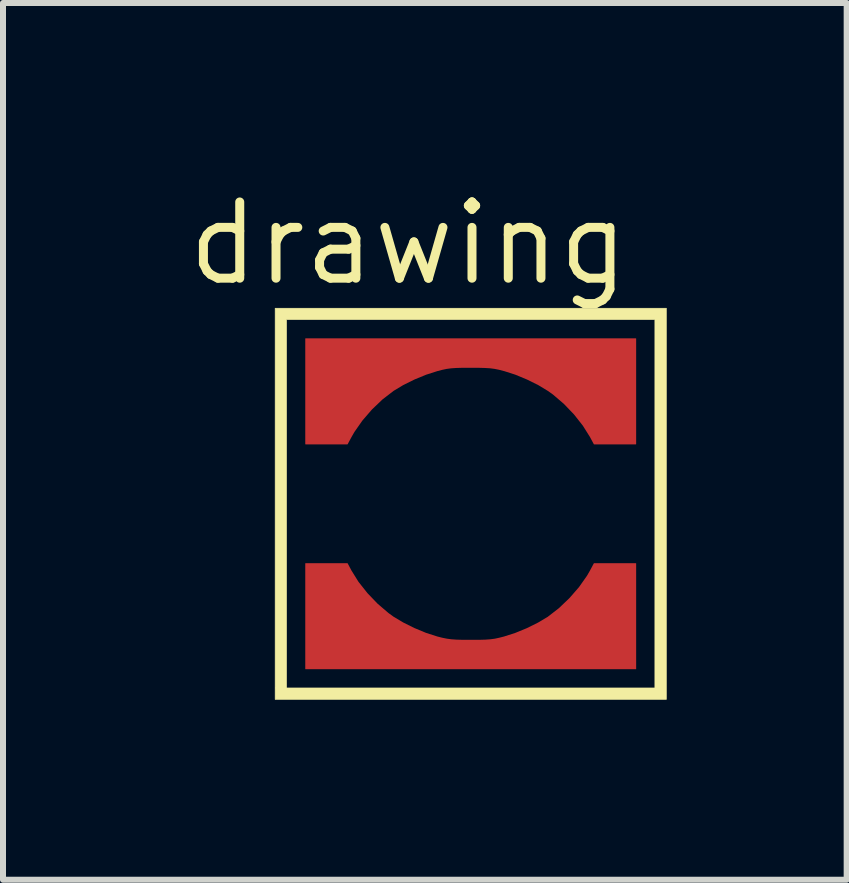
<source format=kicad_pcb>
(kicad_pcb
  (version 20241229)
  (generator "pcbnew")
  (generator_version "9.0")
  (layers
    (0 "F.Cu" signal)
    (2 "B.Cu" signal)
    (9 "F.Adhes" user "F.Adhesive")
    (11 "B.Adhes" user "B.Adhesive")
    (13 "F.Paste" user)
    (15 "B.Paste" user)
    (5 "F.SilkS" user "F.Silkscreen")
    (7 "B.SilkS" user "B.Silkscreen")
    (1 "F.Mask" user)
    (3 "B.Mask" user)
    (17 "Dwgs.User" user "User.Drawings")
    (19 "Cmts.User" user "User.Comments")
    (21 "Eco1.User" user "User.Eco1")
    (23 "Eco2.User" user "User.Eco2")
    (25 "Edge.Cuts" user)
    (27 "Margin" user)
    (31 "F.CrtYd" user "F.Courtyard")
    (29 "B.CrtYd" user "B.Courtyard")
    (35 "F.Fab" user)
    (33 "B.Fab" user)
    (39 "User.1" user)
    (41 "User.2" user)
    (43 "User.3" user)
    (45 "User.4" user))
  (footprint "drawing"
    (layer "F.Cu")
    (at 6.043 6.594)
    (property "Reference" "drawing" (at -2.286 -5.588 0) (layer "F.SilkS") (effects (font (size 1.27 1.27) (thickness 0.15))))
    (attr through_hole)
    (fp_poly (pts (xy 2.011 2.011) (xy -4.508 2.011) (xy -4.508 -4.318) (xy -4.318 -4.318) (xy -4.318 1.82) (xy 1.82 1.82) (xy 1.82 -4.318) (xy -4.318 -4.318) (xy -4.508 -4.318) (xy -4.508 -4.508) (xy 2.011 -4.508) (xy 2.011 2.011)) (stroke (width 0.01) (type solid)) (fill yes) (layer "F.SilkS"))
    (pad "1" smd custom (at -3.302 -3.302) (size 1 1) (layers "F.Cu" "F.Mask" "F.Paste") (options (anchor circle)) (primitives (gr_poly (pts (xy 4.805 1.058) (xy 4.109 1.058) (xy 4.044 0.937) (xy 3.926 0.749) (xy 3.778 0.561) (xy 3.608 0.384) (xy 3.427 0.229) (xy 3.343 0.169) (xy 3.181 0.071) (xy 2.993 -0.022) (xy 2.798 -0.103) (xy 2.611 -0.163) (xy 2.609 -0.163) (xy 2.525 -0.185) (xy 2.45 -0.2) (xy 2.375 -0.21) (xy 2.288 -0.215) (xy 2.18 -0.218) (xy 2.053 -0.218) (xy 1.915 -0.218) (xy 1.809 -0.215) (xy 1.724 -0.209) (xy 1.649 -0.199) (xy 1.574 -0.183) (xy 1.497 -0.163) (xy 1.31 -0.103) (xy 1.115 -0.023) (xy 0.927 0.07) (xy 0.764 0.168) (xy 0.763 0.169) (xy 0.58 0.31) (xy 0.404 0.478) (xy 0.245 0.662) (xy 0.112 0.852) (xy 0.063 0.937) (xy -0.002 1.058) (xy -0.699 1.058) (xy -0.699 -0.699) (xy 4.805 -0.699) (xy 4.805 1.058)) (width 0.01) (fill yes)) (gr_poly (pts (xy 4.805 1.058) (xy 4.109 1.058) (xy 4.044 0.937) (xy 3.926 0.749) (xy 3.778 0.561) (xy 3.608 0.384) (xy 3.427 0.229) (xy 3.343 0.169) (xy 3.181 0.071) (xy 2.993 -0.022) (xy 2.798 -0.103) (xy 2.611 -0.163) (xy 2.609 -0.163) (xy 2.525 -0.185) (xy 2.45 -0.2) (xy 2.375 -0.21) (xy 2.288 -0.215) (xy 2.18 -0.218) (xy 2.053 -0.218) (xy 1.915 -0.218) (xy 1.809 -0.215) (xy 1.724 -0.209) (xy 1.649 -0.199) (xy 1.574 -0.183) (xy 1.497 -0.163) (xy 1.31 -0.103) (xy 1.115 -0.023) (xy 0.927 0.07) (xy 0.764 0.168) (xy 0.763 0.169) (xy 0.58 0.31) (xy 0.404 0.478) (xy 0.245 0.662) (xy 0.112 0.852) (xy 0.063 0.937) (xy -0.002 1.058) (xy -0.699 1.058) (xy -0.699 -0.699) (xy 4.805 -0.699) (xy 4.805 1.058)) (width 0.01) (fill yes))))
    (pad "2" smd custom (at -3.302 0.762) (size 1 1) (layers "F.Cu" "F.Mask" "F.Paste") (options (anchor circle)) (primitives (gr_poly (pts (xy 0.063 -0.894) (xy 0.18 -0.706) (xy 0.329 -0.518) (xy 0.498 -0.342) (xy 0.679 -0.187) (xy 0.763 -0.126) (xy 0.925 -0.029) (xy 1.112 0.064) (xy 1.307 0.145) (xy 1.494 0.205) (xy 1.497 0.206) (xy 1.581 0.227) (xy 1.656 0.242) (xy 1.73 0.252) (xy 1.816 0.258) (xy 1.924 0.261) (xy 2.053 0.261) (xy 2.191 0.261) (xy 2.297 0.258) (xy 2.381 0.252) (xy 2.456 0.242) (xy 2.53 0.226) (xy 2.609 0.206) (xy 2.796 0.146) (xy 2.991 0.066) (xy 3.178 -0.027) (xy 3.341 -0.124) (xy 3.343 -0.126) (xy 3.526 -0.268) (xy 3.702 -0.436) (xy 3.862 -0.62) (xy 3.995 -0.809) (xy 4.044 -0.894) (xy 4.109 -1.016) (xy 4.805 -1.016) (xy 4.805 0.741) (xy -0.699 0.741) (xy -0.699 -1.016) (xy -0.002 -1.016) (xy 0.063 -0.894)) (width 0.01) (fill yes)) (gr_poly (pts (xy 0.063 -0.894) (xy 0.18 -0.706) (xy 0.329 -0.518) (xy 0.498 -0.342) (xy 0.679 -0.187) (xy 0.763 -0.126) (xy 0.925 -0.029) (xy 1.112 0.064) (xy 1.307 0.145) (xy 1.494 0.205) (xy 1.497 0.206) (xy 1.581 0.227) (xy 1.656 0.242) (xy 1.73 0.252) (xy 1.816 0.258) (xy 1.924 0.261) (xy 2.053 0.261) (xy 2.191 0.261) (xy 2.297 0.258) (xy 2.381 0.252) (xy 2.456 0.242) (xy 2.53 0.226) (xy 2.609 0.206) (xy 2.796 0.146) (xy 2.991 0.066) (xy 3.178 -0.027) (xy 3.341 -0.124) (xy 3.343 -0.126) (xy 3.526 -0.268) (xy 3.702 -0.436) (xy 3.862 -0.62) (xy 3.995 -0.809) (xy 4.044 -0.894) (xy 4.109 -1.016) (xy 4.805 -1.016) (xy 4.805 0.741) (xy -0.699 0.741) (xy -0.699 -1.016) (xy -0.002 -1.016) (xy 0.063 -0.894)) (width 0.01) (fill yes)))))
  (gr_rect
    (start -3 -3)
    (end 11.059 11.61)
    (stroke (width 0.1) (type default))
    (fill no)
    (layer "Edge.Cuts")))
</source>
